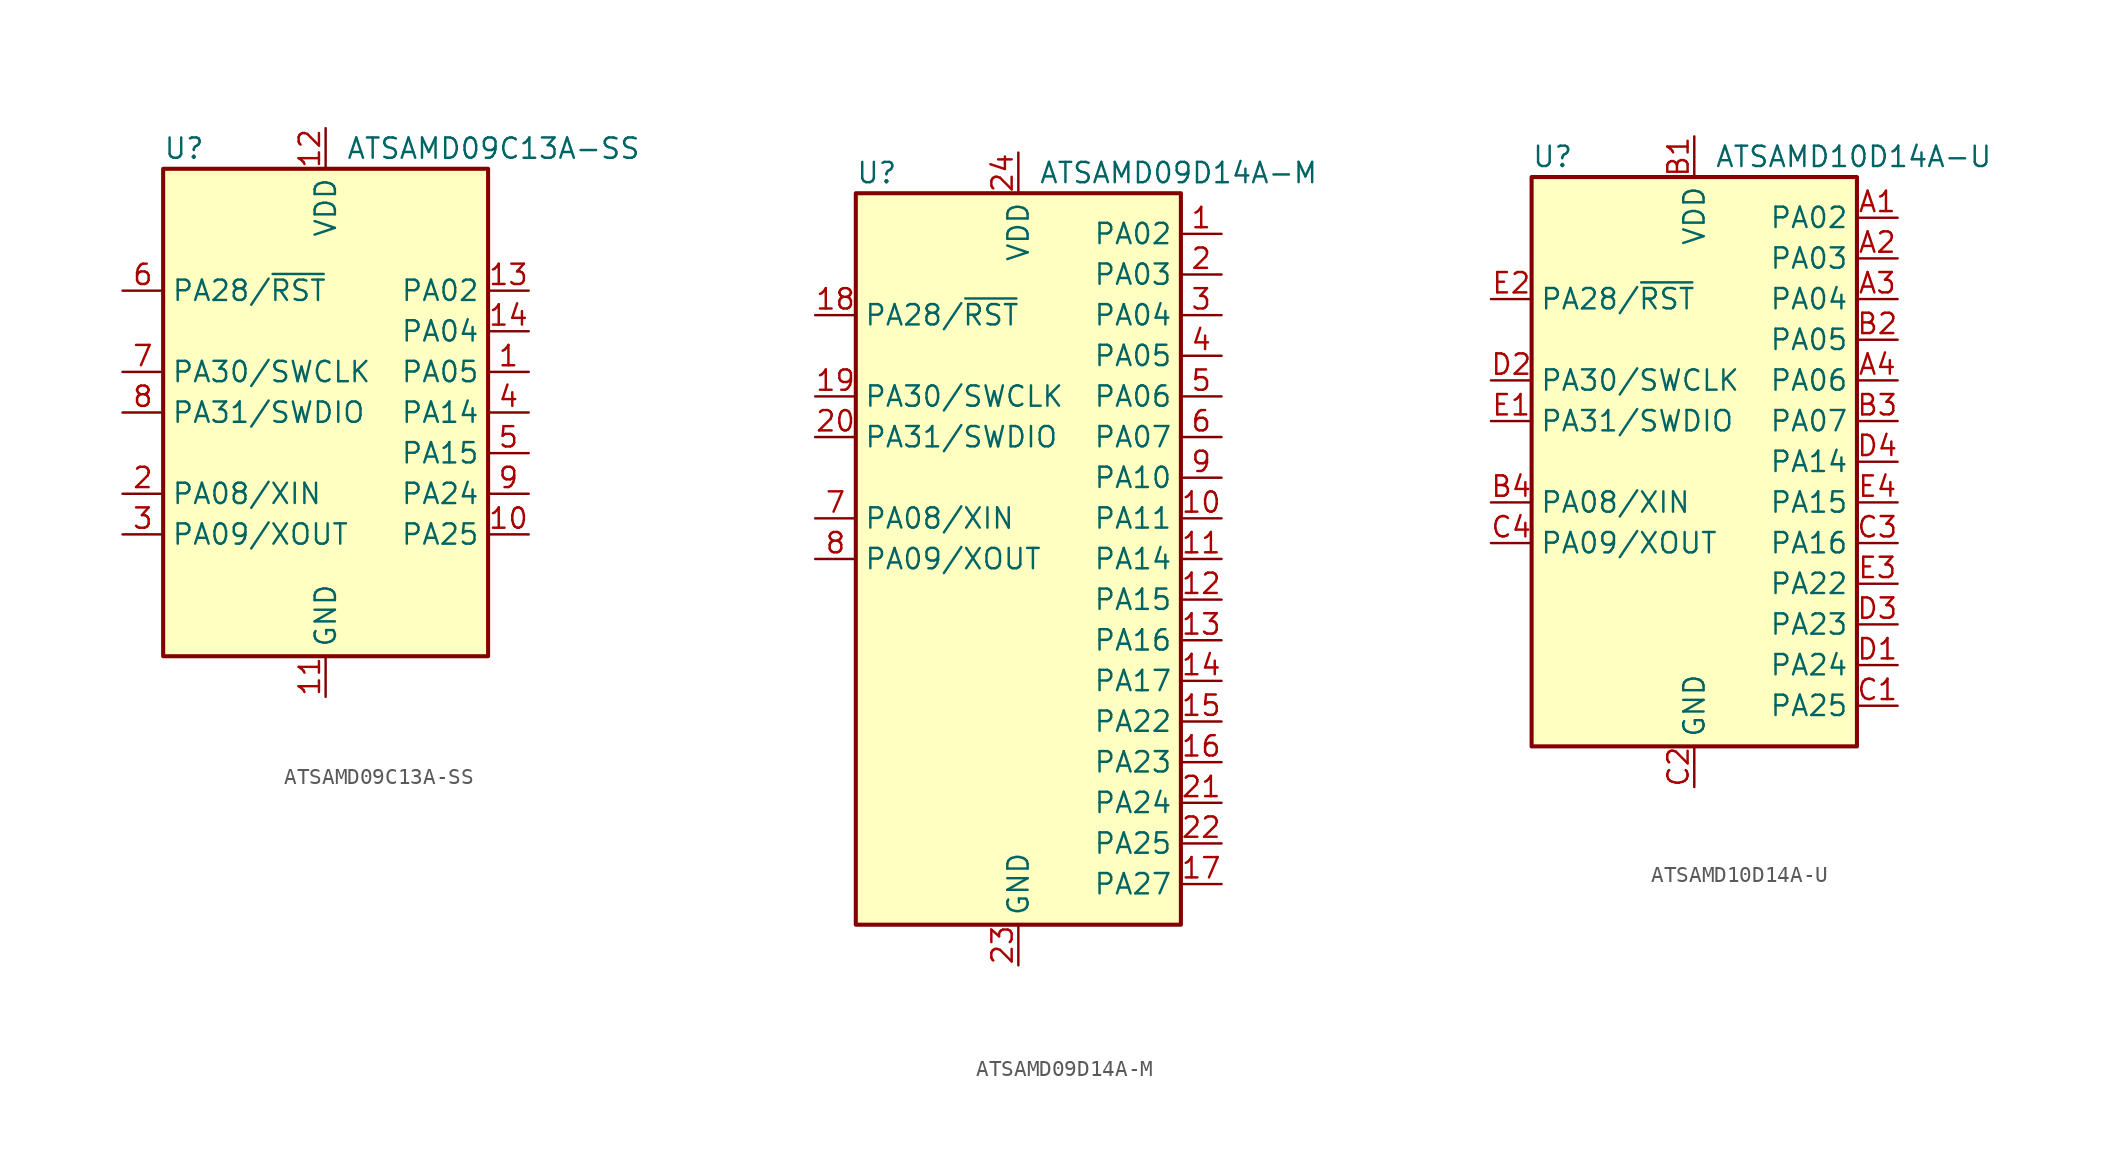
<source format=kicad_sym>
(kicad_symbol_lib
  (version 20231120)
  (generator "kicad_symbol_editor")
  (generator_version "8.0")
  (symbol "ATSAMD09C13A-SS"
    (property "Reference" "U"
      (at -10.16 16.51 0)
      (effects (font (size 1.27 1.27)) (justify left)))
    (property "Value" "ATSAMD09C13A-SS"
      (at 1.27 16.51 0)
      (effects (font (size 1.27 1.27)) (justify left)))
    (symbol "ATSAMD09C13A-SS_0_1"
      (rectangle (start -10.16 15.24) (end 10.16 -15.24) (stroke (width 0.254) (type default)) (fill (type background))))
    (symbol "ATSAMD09C13A-SS_1_1"
      (pin bidirectional line (at 12.7 2.54 180) (length 2.54) (name "PA05" (effects (font (size 1.27 1.27)))) (number "1" (effects (font (size 1.27 1.27)))))
      (pin bidirectional line (at 12.7 -7.62 180) (length 2.54) (name "PA25" (effects (font (size 1.27 1.27)))) (number "10" (effects (font (size 1.27 1.27)))))
      (pin power_in line (at 0 -17.78 90) (length 2.54) (name "GND" (effects (font (size 1.27 1.27)))) (number "11" (effects (font (size 1.27 1.27)))))
      (pin power_in line (at 0 17.78 270) (length 2.54) (name "VDD" (effects (font (size 1.27 1.27)))) (number "12" (effects (font (size 1.27 1.27)))))
      (pin bidirectional line (at 12.7 7.62 180) (length 2.54) (name "PA02" (effects (font (size 1.27 1.27)))) (number "13" (effects (font (size 1.27 1.27)))))
      (pin bidirectional line (at 12.7 5.08 180) (length 2.54) (name "PA04" (effects (font (size 1.27 1.27)))) (number "14" (effects (font (size 1.27 1.27)))))
      (pin bidirectional line (at -12.7 -5.08 0) (length 2.54) (name "PA08/XIN" (effects (font (size 1.27 1.27)))) (number "2" (effects (font (size 1.27 1.27)))))
      (pin bidirectional line (at -12.7 -7.62 0) (length 2.54) (name "PA09/XOUT" (effects (font (size 1.27 1.27)))) (number "3" (effects (font (size 1.27 1.27)))))
      (pin bidirectional line (at 12.7 0 180) (length 2.54) (name "PA14" (effects (font (size 1.27 1.27)))) (number "4" (effects (font (size 1.27 1.27)))))
      (pin bidirectional line (at 12.7 -2.54 180) (length 2.54) (name "PA15" (effects (font (size 1.27 1.27)))) (number "5" (effects (font (size 1.27 1.27)))))
      (pin bidirectional line (at -12.7 7.62 0) (length 2.54) (name "PA28/~{RST}" (effects (font (size 1.27 1.27)))) (number "6" (effects (font (size 1.27 1.27)))))
      (pin bidirectional line (at -12.7 2.54 0) (length 2.54) (name "PA30/SWCLK" (effects (font (size 1.27 1.27)))) (number "7" (effects (font (size 1.27 1.27)))))
      (pin bidirectional line (at -12.7 0 0) (length 2.54) (name "PA31/SWDIO" (effects (font (size 1.27 1.27)))) (number "8" (effects (font (size 1.27 1.27)))))
      (pin bidirectional line (at 12.7 -5.08 180) (length 2.54) (name "PA24" (effects (font (size 1.27 1.27)))) (number "9" (effects (font (size 1.27 1.27)))))))
  (symbol "ATSAMD09D14A-M"
    (property "Reference" "U"
      (at -10.16 24.13 0)
      (effects (font (size 1.27 1.27)) (justify left)))
    (property "Value" "ATSAMD09D14A-M"
      (at 1.27 24.13 0)
      (effects (font (size 1.27 1.27)) (justify left)))
    (symbol "ATSAMD09D14A-M_0_1"
      (rectangle (start -10.16 22.86) (end 10.16 -22.86) (stroke (width 0.254) (type default)) (fill (type background))))
    (symbol "ATSAMD09D14A-M_1_1"
      (pin bidirectional line (at 12.7 20.32 180) (length 2.54) (name "PA02" (effects (font (size 1.27 1.27)))) (number "1" (effects (font (size 1.27 1.27)))))
      (pin bidirectional line (at 12.7 2.54 180) (length 2.54) (name "PA11" (effects (font (size 1.27 1.27)))) (number "10" (effects (font (size 1.27 1.27)))))
      (pin bidirectional line (at 12.7 0 180) (length 2.54) (name "PA14" (effects (font (size 1.27 1.27)))) (number "11" (effects (font (size 1.27 1.27)))))
      (pin bidirectional line (at 12.7 -2.54 180) (length 2.54) (name "PA15" (effects (font (size 1.27 1.27)))) (number "12" (effects (font (size 1.27 1.27)))))
      (pin bidirectional line (at 12.7 -5.08 180) (length 2.54) (name "PA16" (effects (font (size 1.27 1.27)))) (number "13" (effects (font (size 1.27 1.27)))))
      (pin bidirectional line (at 12.7 -7.62 180) (length 2.54) (name "PA17" (effects (font (size 1.27 1.27)))) (number "14" (effects (font (size 1.27 1.27)))))
      (pin bidirectional line (at 12.7 -10.16 180) (length 2.54) (name "PA22" (effects (font (size 1.27 1.27)))) (number "15" (effects (font (size 1.27 1.27)))))
      (pin bidirectional line (at 12.7 -12.7 180) (length 2.54) (name "PA23" (effects (font (size 1.27 1.27)))) (number "16" (effects (font (size 1.27 1.27)))))
      (pin bidirectional line (at 12.7 -20.32 180) (length 2.54) (name "PA27" (effects (font (size 1.27 1.27)))) (number "17" (effects (font (size 1.27 1.27)))))
      (pin bidirectional line (at -12.7 15.24 0) (length 2.54) (name "PA28/~{RST}" (effects (font (size 1.27 1.27)))) (number "18" (effects (font (size 1.27 1.27)))))
      (pin bidirectional line (at -12.7 10.16 0) (length 2.54) (name "PA30/SWCLK" (effects (font (size 1.27 1.27)))) (number "19" (effects (font (size 1.27 1.27)))))
      (pin bidirectional line (at 12.7 17.78 180) (length 2.54) (name "PA03" (effects (font (size 1.27 1.27)))) (number "2" (effects (font (size 1.27 1.27)))))
      (pin bidirectional line (at -12.7 7.62 0) (length 2.54) (name "PA31/SWDIO" (effects (font (size 1.27 1.27)))) (number "20" (effects (font (size 1.27 1.27)))))
      (pin bidirectional line (at 12.7 -15.24 180) (length 2.54) (name "PA24" (effects (font (size 1.27 1.27)))) (number "21" (effects (font (size 1.27 1.27)))))
      (pin bidirectional line (at 12.7 -17.78 180) (length 2.54) (name "PA25" (effects (font (size 1.27 1.27)))) (number "22" (effects (font (size 1.27 1.27)))))
      (pin power_in line (at 0 -25.4 90) (length 2.54) (name "GND" (effects (font (size 1.27 1.27)))) (number "23" (effects (font (size 1.27 1.27)))))
      (pin power_in line (at 0 25.4 270) (length 2.54) (name "VDD" (effects (font (size 1.27 1.27)))) (number "24" (effects (font (size 1.27 1.27)))))
      (pin bidirectional line (at 12.7 15.24 180) (length 2.54) (name "PA04" (effects (font (size 1.27 1.27)))) (number "3" (effects (font (size 1.27 1.27)))))
      (pin bidirectional line (at 12.7 12.7 180) (length 2.54) (name "PA05" (effects (font (size 1.27 1.27)))) (number "4" (effects (font (size 1.27 1.27)))))
      (pin bidirectional line (at 12.7 10.16 180) (length 2.54) (name "PA06" (effects (font (size 1.27 1.27)))) (number "5" (effects (font (size 1.27 1.27)))))
      (pin bidirectional line (at 12.7 7.62 180) (length 2.54) (name "PA07" (effects (font (size 1.27 1.27)))) (number "6" (effects (font (size 1.27 1.27)))))
      (pin bidirectional line (at -12.7 2.54 0) (length 2.54) (name "PA08/XIN" (effects (font (size 1.27 1.27)))) (number "7" (effects (font (size 1.27 1.27)))))
      (pin bidirectional line (at -12.7 0 0) (length 2.54) (name "PA09/XOUT" (effects (font (size 1.27 1.27)))) (number "8" (effects (font (size 1.27 1.27)))))
      (pin bidirectional line (at 12.7 5.08 180) (length 2.54) (name "PA10" (effects (font (size 1.27 1.27)))) (number "9" (effects (font (size 1.27 1.27)))))))
  (symbol "ATSAMD10D14A-U"
    (property "Reference" "U"
      (at -10.16 19.05 0)
      (effects (font (size 1.27 1.27)) (justify left)))
    (property "Value" "ATSAMD10D14A-U"
      (at 1.27 19.05 0)
      (effects (font (size 1.27 1.27)) (justify left)))
    (symbol "ATSAMD10D14A-U_0_1"
      (rectangle (start -10.16 17.78) (end 10.16 -17.78) (stroke (width 0.254) (type default)) (fill (type background))))
    (symbol "ATSAMD10D14A-U_1_1"
      (pin bidirectional line (at 12.7 15.24 180) (length 2.54) (name "PA02" (effects (font (size 1.27 1.27)))) (number "A1" (effects (font (size 1.27 1.27)))))
      (pin bidirectional line (at 12.7 12.7 180) (length 2.54) (name "PA03" (effects (font (size 1.27 1.27)))) (number "A2" (effects (font (size 1.27 1.27)))))
      (pin bidirectional line (at 12.7 10.16 180) (length 2.54) (name "PA04" (effects (font (size 1.27 1.27)))) (number "A3" (effects (font (size 1.27 1.27)))))
      (pin bidirectional line (at 12.7 5.08 180) (length 2.54) (name "PA06" (effects (font (size 1.27 1.27)))) (number "A4" (effects (font (size 1.27 1.27)))))
      (pin power_in line (at 0 20.32 270) (length 2.54) (name "VDD" (effects (font (size 1.27 1.27)))) (number "B1" (effects (font (size 1.27 1.27)))))
      (pin bidirectional line (at 12.7 7.62 180) (length 2.54) (name "PA05" (effects (font (size 1.27 1.27)))) (number "B2" (effects (font (size 1.27 1.27)))))
      (pin bidirectional line (at 12.7 2.54 180) (length 2.54) (name "PA07" (effects (font (size 1.27 1.27)))) (number "B3" (effects (font (size 1.27 1.27)))))
      (pin bidirectional line (at -12.7 -2.54 0) (length 2.54) (name "PA08/XIN" (effects (font (size 1.27 1.27)))) (number "B4" (effects (font (size 1.27 1.27)))))
      (pin bidirectional line (at 12.7 -15.24 180) (length 2.54) (name "PA25" (effects (font (size 1.27 1.27)))) (number "C1" (effects (font (size 1.27 1.27)))))
      (pin power_in line (at 0 -20.32 90) (length 2.54) (name "GND" (effects (font (size 1.27 1.27)))) (number "C2" (effects (font (size 1.27 1.27)))))
      (pin bidirectional line (at 12.7 -5.08 180) (length 2.54) (name "PA16" (effects (font (size 1.27 1.27)))) (number "C3" (effects (font (size 1.27 1.27)))))
      (pin bidirectional line (at -12.7 -5.08 0) (length 2.54) (name "PA09/XOUT" (effects (font (size 1.27 1.27)))) (number "C4" (effects (font (size 1.27 1.27)))))
      (pin bidirectional line (at 12.7 -12.7 180) (length 2.54) (name "PA24" (effects (font (size 1.27 1.27)))) (number "D1" (effects (font (size 1.27 1.27)))))
      (pin bidirectional line (at -12.7 5.08 0) (length 2.54) (name "PA30/SWCLK" (effects (font (size 1.27 1.27)))) (number "D2" (effects (font (size 1.27 1.27)))))
      (pin bidirectional line (at 12.7 -10.16 180) (length 2.54) (name "PA23" (effects (font (size 1.27 1.27)))) (number "D3" (effects (font (size 1.27 1.27)))))
      (pin bidirectional line (at 12.7 0 180) (length 2.54) (name "PA14" (effects (font (size 1.27 1.27)))) (number "D4" (effects (font (size 1.27 1.27)))))
      (pin bidirectional line (at -12.7 2.54 0) (length 2.54) (name "PA31/SWDIO" (effects (font (size 1.27 1.27)))) (number "E1" (effects (font (size 1.27 1.27)))))
      (pin bidirectional line (at -12.7 10.16 0) (length 2.54) (name "PA28/~{RST}" (effects (font (size 1.27 1.27)))) (number "E2" (effects (font (size 1.27 1.27)))))
      (pin bidirectional line (at 12.7 -7.62 180) (length 2.54) (name "PA22" (effects (font (size 1.27 1.27)))) (number "E3" (effects (font (size 1.27 1.27)))))
      (pin bidirectional line (at 12.7 -2.54 180) (length 2.54) (name "PA15" (effects (font (size 1.27 1.27)))) (number "E4" (effects (font (size 1.27 1.27))))))))
</source>
